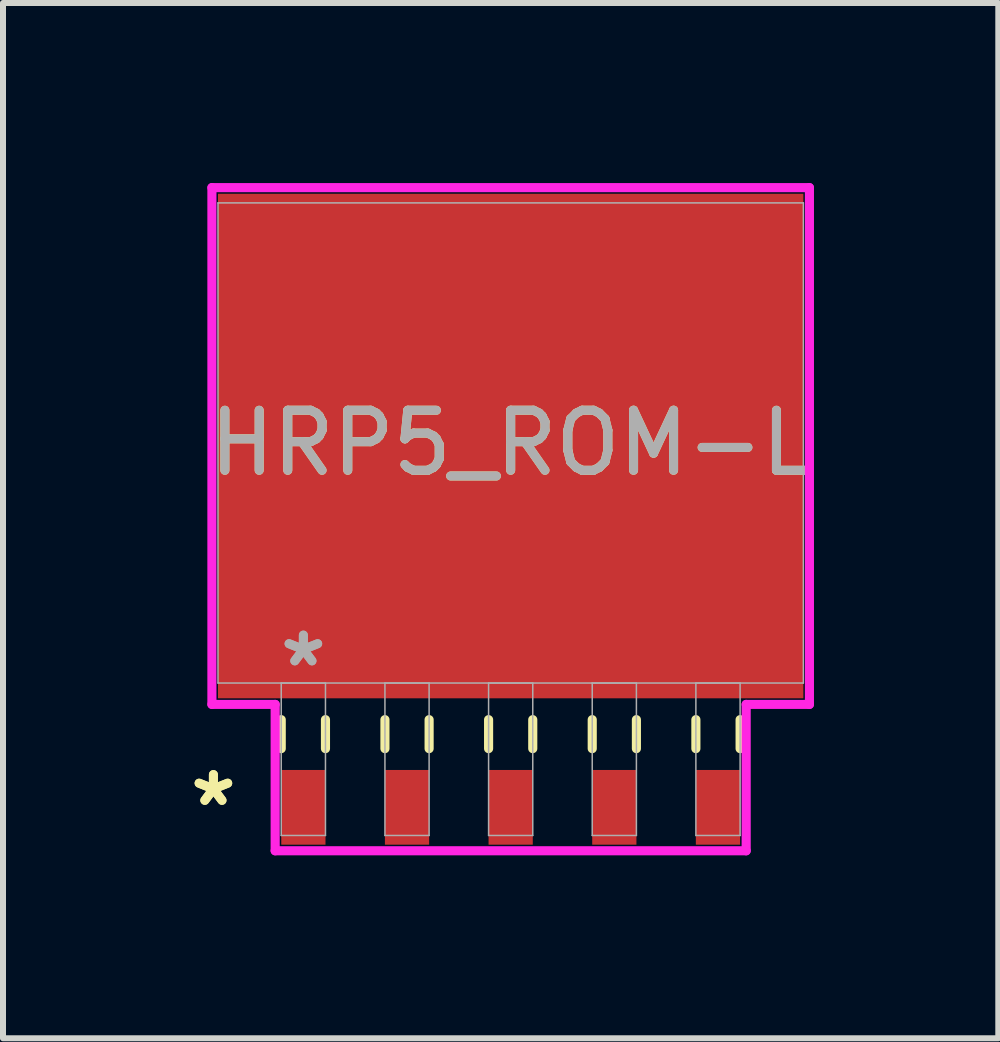
<source format=kicad_pcb>
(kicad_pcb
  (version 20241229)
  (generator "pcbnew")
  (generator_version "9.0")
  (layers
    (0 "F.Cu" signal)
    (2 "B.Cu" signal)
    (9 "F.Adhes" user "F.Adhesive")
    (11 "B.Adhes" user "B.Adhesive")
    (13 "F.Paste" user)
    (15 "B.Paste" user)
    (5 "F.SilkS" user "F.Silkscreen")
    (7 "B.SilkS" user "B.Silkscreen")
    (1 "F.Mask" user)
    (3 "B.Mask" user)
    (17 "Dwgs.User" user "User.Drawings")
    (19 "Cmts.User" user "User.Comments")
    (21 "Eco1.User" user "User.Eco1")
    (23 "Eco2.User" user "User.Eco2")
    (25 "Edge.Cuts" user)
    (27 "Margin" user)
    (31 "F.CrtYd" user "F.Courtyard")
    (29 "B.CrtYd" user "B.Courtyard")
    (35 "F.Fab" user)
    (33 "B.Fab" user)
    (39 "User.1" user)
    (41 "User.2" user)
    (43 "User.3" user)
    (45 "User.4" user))
  (footprint "HRP5_ROM-L"
    (layer "F.Cu")
    (at 5.459 4.331)
    (property "Reference" "HRP5_ROM-L" (at 0 0 0) (unlocked yes) (layer "F.SilkS") (effects (font (size 1 1) (thickness 0.15))))
    (attr smd)
    (fp_line (start -3.823 4.61) (end -3.823 5.093) (stroke (width 0.152) (type solid)) (layer "F.SilkS"))
    (fp_line (start -3.086 4.61) (end -3.086 5.093) (stroke (width 0.152) (type solid)) (layer "F.SilkS"))
    (fp_line (start -2.095 4.61) (end -2.095 5.093) (stroke (width 0.152) (type solid)) (layer "F.SilkS"))
    (fp_line (start -1.359 4.61) (end -1.359 5.093) (stroke (width 0.152) (type solid)) (layer "F.SilkS"))
    (fp_line (start -0.368 4.61) (end -0.368 5.093) (stroke (width 0.152) (type solid)) (layer "F.SilkS"))
    (fp_line (start 0.368 4.61) (end 0.368 5.093) (stroke (width 0.152) (type solid)) (layer "F.SilkS"))
    (fp_line (start 1.359 4.61) (end 1.359 5.093) (stroke (width 0.152) (type solid)) (layer "F.SilkS"))
    (fp_line (start 2.095 4.61) (end 2.095 5.093) (stroke (width 0.152) (type solid)) (layer "F.SilkS"))
    (fp_line (start 3.086 4.61) (end 3.086 5.093) (stroke (width 0.152) (type solid)) (layer "F.SilkS"))
    (fp_line (start 3.823 4.61) (end 3.823 5.093) (stroke (width 0.152) (type solid)) (layer "F.SilkS"))
    (fp_line (start -4.978 -4.255) (end 4.978 -4.255) (stroke (width 0.152) (type solid)) (layer "F.CrtYd"))
    (fp_line (start -4.978 4.356) (end -4.978 -4.255) (stroke (width 0.152) (type solid)) (layer "F.CrtYd"))
    (fp_line (start -3.924 4.356) (end -4.978 4.356) (stroke (width 0.152) (type solid)) (layer "F.CrtYd"))
    (fp_line (start -3.924 6.795) (end -3.924 4.356) (stroke (width 0.152) (type solid)) (layer "F.CrtYd"))
    (fp_line (start 3.924 4.356) (end 3.924 6.795) (stroke (width 0.152) (type solid)) (layer "F.CrtYd"))
    (fp_line (start 3.924 6.795) (end -3.924 6.795) (stroke (width 0.152) (type solid)) (layer "F.CrtYd"))
    (fp_line (start 4.978 -4.255) (end 4.978 4.356) (stroke (width 0.152) (type solid)) (layer "F.CrtYd"))
    (fp_line (start 4.978 4.356) (end 3.924 4.356) (stroke (width 0.152) (type solid)) (layer "F.CrtYd"))
    (fp_line (start -4.877 -4) (end -4.877 4) (stroke (width 0.025) (type solid)) (layer "F.Fab"))
    (fp_line (start -4.877 4) (end 4.877 4) (stroke (width 0.025) (type solid)) (layer "F.Fab"))
    (fp_line (start -3.823 4) (end -3.823 6.54) (stroke (width 0.025) (type solid)) (layer "F.Fab"))
    (fp_line (start -3.823 6.54) (end -3.086 6.54) (stroke (width 0.025) (type solid)) (layer "F.Fab"))
    (fp_line (start -3.086 4) (end -3.823 4) (stroke (width 0.025) (type solid)) (layer "F.Fab"))
    (fp_line (start -3.086 6.54) (end -3.086 4) (stroke (width 0.025) (type solid)) (layer "F.Fab"))
    (fp_line (start -2.095 4) (end -2.095 6.54) (stroke (width 0.025) (type solid)) (layer "F.Fab"))
    (fp_line (start -2.095 6.54) (end -1.359 6.54) (stroke (width 0.025) (type solid)) (layer "F.Fab"))
    (fp_line (start -1.359 4) (end -2.095 4) (stroke (width 0.025) (type solid)) (layer "F.Fab"))
    (fp_line (start -1.359 6.54) (end -1.359 4) (stroke (width 0.025) (type solid)) (layer "F.Fab"))
    (fp_line (start -0.368 4) (end -0.368 6.54) (stroke (width 0.025) (type solid)) (layer "F.Fab"))
    (fp_line (start -0.368 6.54) (end 0.368 6.54) (stroke (width 0.025) (type solid)) (layer "F.Fab"))
    (fp_line (start 0.368 4) (end -0.368 4) (stroke (width 0.025) (type solid)) (layer "F.Fab"))
    (fp_line (start 0.368 6.54) (end 0.368 4) (stroke (width 0.025) (type solid)) (layer "F.Fab"))
    (fp_line (start 1.359 4) (end 1.359 6.54) (stroke (width 0.025) (type solid)) (layer "F.Fab"))
    (fp_line (start 1.359 6.54) (end 2.095 6.54) (stroke (width 0.025) (type solid)) (layer "F.Fab"))
    (fp_line (start 2.095 4) (end 1.359 4) (stroke (width 0.025) (type solid)) (layer "F.Fab"))
    (fp_line (start 2.095 6.54) (end 2.095 4) (stroke (width 0.025) (type solid)) (layer "F.Fab"))
    (fp_line (start 3.086 4) (end 3.086 6.54) (stroke (width 0.025) (type solid)) (layer "F.Fab"))
    (fp_line (start 3.086 6.54) (end 3.823 6.54) (stroke (width 0.025) (type solid)) (layer "F.Fab"))
    (fp_line (start 3.823 4) (end 3.086 4) (stroke (width 0.025) (type solid)) (layer "F.Fab"))
    (fp_line (start 3.823 6.54) (end 3.823 4) (stroke (width 0.025) (type solid)) (layer "F.Fab"))
    (fp_line (start 4.877 -4) (end -4.877 -4) (stroke (width 0.025) (type solid)) (layer "F.Fab"))
    (fp_line (start 4.877 4) (end 4.877 -4) (stroke (width 0.025) (type solid)) (layer "F.Fab"))
    (fp_text user "*" (at -4.953 6.071 0) (unlocked yes) (layer "F.SilkS") (effects (font (size 1 1) (thickness 0.15))))
    (fp_text user "*" (at -4.953 6.071 0) (layer "F.SilkS") (effects (font (size 1 1) (thickness 0.15))))
    (fp_text user "${REFERENCE}" (at 0 0 0) (unlocked yes) (layer "F.Fab") (effects (font (size 1 1) (thickness 0.15))))
    (fp_text user "*" (at -3.454 3.747 0) (layer "F.Fab") (effects (font (size 1 1) (thickness 0.15))))
    (fp_text user "*" (at -3.454 3.747 0) (unlocked yes) (layer "F.Fab") (effects (font (size 1 1) (thickness 0.15))))
    (pad "1" smd rect (at -3.454 6.071) (size 0.737 1.245) (layers "F.Cu" "F.Mask" "F.Paste"))
    (pad "2" smd rect (at -1.727 6.071) (size 0.737 1.245) (layers "F.Cu" "F.Mask" "F.Paste"))
    (pad "3" smd rect (at 0 6.071) (size 0.737 1.245) (layers "F.Cu" "F.Mask" "F.Paste"))
    (pad "4" smd rect (at 1.727 6.071) (size 0.737 1.245) (layers "F.Cu" "F.Mask" "F.Paste"))
    (pad "5" smd rect (at 3.454 6.071) (size 0.737 1.245) (layers "F.Cu" "F.Mask" "F.Paste"))
    (pad "6" smd rect (at 0 0.051) (size 9.754 8.407) (layers "F.Cu" "F.Mask" "F.Paste")))
  (gr_rect
    (start -3 -3)
    (end 13.584 14.25)
    (stroke (width 0.1) (type default))
    (fill no)
    (layer "Edge.Cuts")))
</source>
